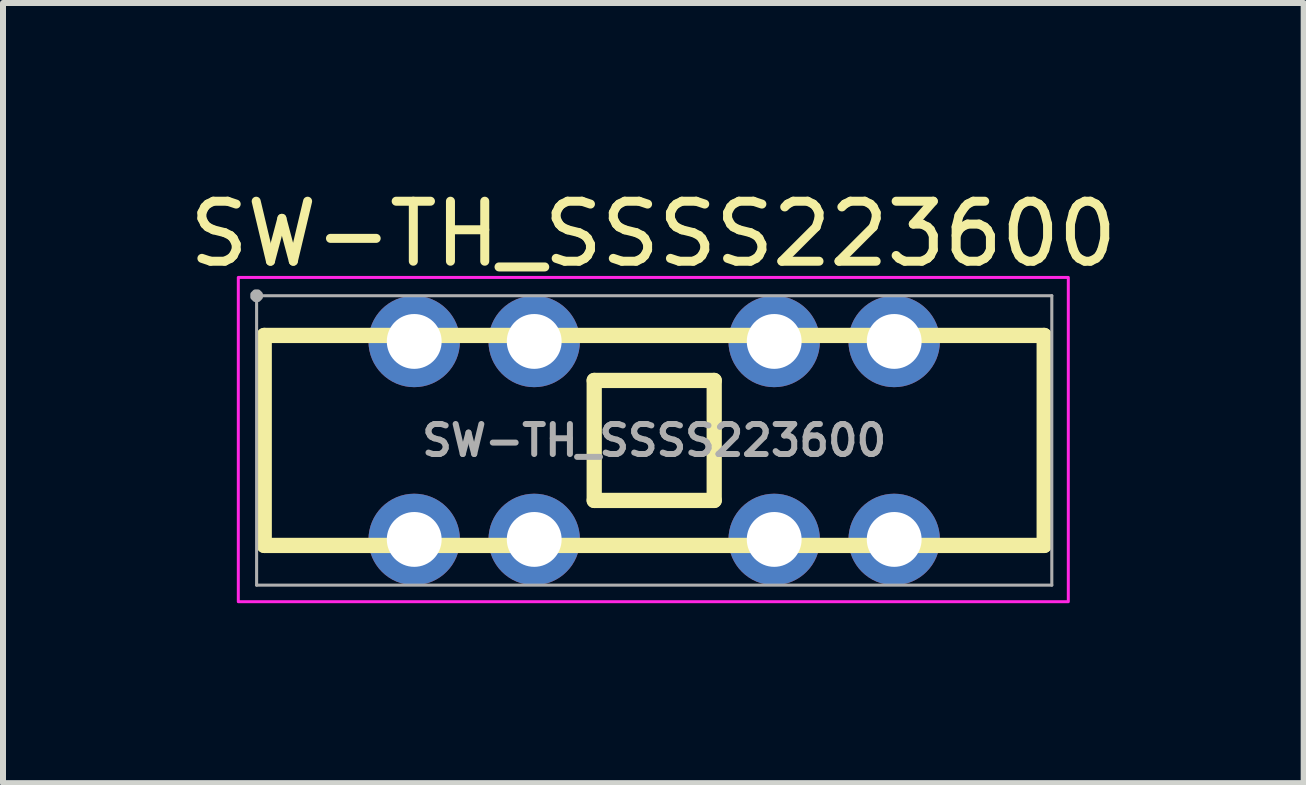
<source format=kicad_pcb>
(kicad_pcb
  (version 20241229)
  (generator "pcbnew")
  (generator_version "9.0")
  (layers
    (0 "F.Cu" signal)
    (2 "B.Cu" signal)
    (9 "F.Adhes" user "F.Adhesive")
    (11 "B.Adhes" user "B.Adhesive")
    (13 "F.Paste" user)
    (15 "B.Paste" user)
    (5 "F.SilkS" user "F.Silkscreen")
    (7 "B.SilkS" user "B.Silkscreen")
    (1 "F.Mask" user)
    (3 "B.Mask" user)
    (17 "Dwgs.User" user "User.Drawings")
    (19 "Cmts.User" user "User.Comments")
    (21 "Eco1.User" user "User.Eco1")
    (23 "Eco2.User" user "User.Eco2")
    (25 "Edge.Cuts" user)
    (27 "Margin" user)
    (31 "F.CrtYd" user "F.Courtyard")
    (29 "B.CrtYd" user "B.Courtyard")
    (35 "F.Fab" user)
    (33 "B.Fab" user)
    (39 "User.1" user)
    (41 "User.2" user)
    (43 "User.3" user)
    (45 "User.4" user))
  (footprint "SW-TH_SSSS223600"
    (layer "F.Cu")
    (at 7.854 4.291)
    (property "Reference" "SW-TH_SSSS223600" (at -0.015 -3.442 0) (layer "F.SilkS") (effects (font (size 1 1) (thickness 0.15))))
    (fp_line (start -6.5 -1.75) (end 6.5 -1.75) (stroke (width 0.254) (type default)) (layer "F.SilkS"))
    (fp_line (start -6.5 1.75) (end -6.5 -1.75) (stroke (width 0.254) (type default)) (layer "F.SilkS"))
    (fp_line (start -1 -1) (end 1 -1) (stroke (width 0.254) (type default)) (layer "F.SilkS"))
    (fp_line (start -1 1) (end -1 -1) (stroke (width 0.254) (type default)) (layer "F.SilkS"))
    (fp_line (start 1 -1) (end 1 1) (stroke (width 0.254) (type default)) (layer "F.SilkS"))
    (fp_line (start 1 1) (end -1 1) (stroke (width 0.254) (type default)) (layer "F.SilkS"))
    (fp_line (start 6.5 -1.75) (end 6.5 1.75) (stroke (width 0.254) (type default)) (layer "F.SilkS"))
    (fp_line (start 6.5 1.75) (end -6.5 1.75) (stroke (width 0.254) (type default)) (layer "F.SilkS"))
    (fp_rect (start -6.932 -2.717) (end 6.902 2.688) (stroke (width 0.05) (type default)) (fill no) (layer "F.CrtYd"))
    (fp_line (start -6.627 -2.412) (end 6.627 -2.412) (stroke (width 0.051) (type default)) (layer "F.Fab"))
    (fp_line (start -6.627 2.412) (end -6.627 -2.412) (stroke (width 0.051) (type default)) (layer "F.Fab"))
    (fp_line (start 6.627 -2.412) (end 6.627 2.412) (stroke (width 0.051) (type default)) (layer "F.Fab"))
    (fp_line (start 6.627 2.412) (end -6.627 2.412) (stroke (width 0.051) (type default)) (layer "F.Fab"))
    (fp_poly (pts (xy -6.572 -2.435) (xy -6.604 -2.467) (xy -6.65 -2.467) (xy -6.682 -2.435) (xy -6.682 -2.389) (xy -6.65 -2.357) (xy -6.604 -2.357) (xy -6.572 -2.389)) (stroke (width 0.1) (type default)) (fill no) (layer "F.Fab"))
    (fp_poly (pts (xy -3.646 -1.697) (xy -3.67 -1.787) (xy -3.717 -1.867) (xy -3.783 -1.933) (xy -3.863 -1.98) (xy -3.953 -2.004) (xy -4.047 -2.004) (xy -4.137 -1.98) (xy -4.217 -1.933) (xy -4.283 -1.867) (xy -4.33 -1.787) (xy -4.354 -1.697) (xy -4.354 -1.603) (xy -4.33 -1.513) (xy -4.283 -1.433) (xy -4.217 -1.367) (xy -4.137 -1.32) (xy -4.047 -1.296) (xy -3.953 -1.296) (xy -3.863 -1.32) (xy -3.783 -1.367) (xy -3.717 -1.433) (xy -3.67 -1.513) (xy -3.646 -1.603)) (stroke (width 0.1) (type default)) (fill no) (layer "User.1"))
    (fp_poly (pts (xy -3.646 1.603) (xy -3.67 1.513) (xy -3.717 1.433) (xy -3.783 1.367) (xy -3.863 1.32) (xy -3.953 1.296) (xy -4.047 1.296) (xy -4.137 1.32) (xy -4.217 1.367) (xy -4.283 1.433) (xy -4.33 1.513) (xy -4.354 1.603) (xy -4.354 1.697) (xy -4.33 1.787) (xy -4.283 1.867) (xy -4.217 1.933) (xy -4.137 1.98) (xy -4.047 2.004) (xy -3.953 2.004) (xy -3.863 1.98) (xy -3.783 1.933) (xy -3.717 1.867) (xy -3.67 1.787) (xy -3.646 1.697)) (stroke (width 0.1) (type default)) (fill no) (layer "User.1"))
    (fp_poly (pts (xy -1.646 -1.697) (xy -1.67 -1.787) (xy -1.717 -1.867) (xy -1.783 -1.933) (xy -1.863 -1.98) (xy -1.953 -2.004) (xy -2.047 -2.004) (xy -2.137 -1.98) (xy -2.217 -1.933) (xy -2.283 -1.867) (xy -2.33 -1.787) (xy -2.354 -1.697) (xy -2.354 -1.603) (xy -2.33 -1.513) (xy -2.283 -1.433) (xy -2.217 -1.367) (xy -2.137 -1.32) (xy -2.047 -1.296) (xy -1.953 -1.296) (xy -1.863 -1.32) (xy -1.783 -1.367) (xy -1.717 -1.433) (xy -1.67 -1.513) (xy -1.646 -1.603)) (stroke (width 0.1) (type default)) (fill no) (layer "User.1"))
    (fp_poly (pts (xy -1.646 1.603) (xy -1.67 1.513) (xy -1.717 1.433) (xy -1.783 1.367) (xy -1.863 1.32) (xy -1.953 1.296) (xy -2.047 1.296) (xy -2.137 1.32) (xy -2.217 1.367) (xy -2.283 1.433) (xy -2.33 1.513) (xy -2.354 1.603) (xy -2.354 1.697) (xy -2.33 1.787) (xy -2.283 1.867) (xy -2.217 1.933) (xy -2.137 1.98) (xy -2.047 2.004) (xy -1.953 2.004) (xy -1.863 1.98) (xy -1.783 1.933) (xy -1.717 1.867) (xy -1.67 1.787) (xy -1.646 1.697)) (stroke (width 0.1) (type default)) (fill no) (layer "User.1"))
    (fp_poly (pts (xy 2.354 -1.697) (xy 2.33 -1.787) (xy 2.283 -1.867) (xy 2.217 -1.933) (xy 2.137 -1.98) (xy 2.047 -2.004) (xy 1.953 -2.004) (xy 1.863 -1.98) (xy 1.783 -1.933) (xy 1.717 -1.867) (xy 1.67 -1.787) (xy 1.646 -1.697) (xy 1.646 -1.603) (xy 1.67 -1.513) (xy 1.717 -1.433) (xy 1.783 -1.367) (xy 1.863 -1.32) (xy 1.953 -1.296) (xy 2.047 -1.296) (xy 2.137 -1.32) (xy 2.217 -1.367) (xy 2.283 -1.433) (xy 2.33 -1.513) (xy 2.354 -1.603)) (stroke (width 0.1) (type default)) (fill no) (layer "User.1"))
    (fp_poly (pts (xy 2.354 1.603) (xy 2.33 1.513) (xy 2.283 1.433) (xy 2.217 1.367) (xy 2.137 1.32) (xy 2.047 1.296) (xy 1.953 1.296) (xy 1.863 1.32) (xy 1.783 1.367) (xy 1.717 1.433) (xy 1.67 1.513) (xy 1.646 1.603) (xy 1.646 1.697) (xy 1.67 1.787) (xy 1.717 1.867) (xy 1.783 1.933) (xy 1.863 1.98) (xy 1.953 2.004) (xy 2.047 2.004) (xy 2.137 1.98) (xy 2.217 1.933) (xy 2.283 1.867) (xy 2.33 1.787) (xy 2.354 1.697)) (stroke (width 0.1) (type default)) (fill no) (layer "User.1"))
    (fp_poly (pts (xy 4.354 -1.697) (xy 4.33 -1.787) (xy 4.283 -1.867) (xy 4.217 -1.933) (xy 4.137 -1.98) (xy 4.047 -2.004) (xy 3.953 -2.004) (xy 3.863 -1.98) (xy 3.783 -1.933) (xy 3.717 -1.867) (xy 3.67 -1.787) (xy 3.646 -1.697) (xy 3.646 -1.603) (xy 3.67 -1.513) (xy 3.717 -1.433) (xy 3.783 -1.367) (xy 3.863 -1.32) (xy 3.953 -1.296) (xy 4.047 -1.296) (xy 4.137 -1.32) (xy 4.217 -1.367) (xy 4.283 -1.433) (xy 4.33 -1.513) (xy 4.354 -1.603)) (stroke (width 0.1) (type default)) (fill no) (layer "User.1"))
    (fp_poly (pts (xy 4.354 1.603) (xy 4.33 1.513) (xy 4.283 1.433) (xy 4.217 1.367) (xy 4.137 1.32) (xy 4.047 1.296) (xy 3.953 1.296) (xy 3.863 1.32) (xy 3.783 1.367) (xy 3.717 1.433) (xy 3.67 1.513) (xy 3.646 1.603) (xy 3.646 1.697) (xy 3.67 1.787) (xy 3.717 1.867) (xy 3.783 1.933) (xy 3.863 1.98) (xy 3.953 2.004) (xy 4.047 2.004) (xy 4.137 1.98) (xy 4.217 1.933) (xy 4.283 1.867) (xy 4.33 1.787) (xy 4.354 1.697)) (stroke (width 0.1) (type default)) (fill no) (layer "User.1"))
    (fp_text user "${REFERENCE}" (at 0 0 0) (layer "F.Fab") (effects (font (size 0.5 0.5) (thickness 0.1))))
    (pad "1" thru_hole circle (at -4 -1.65) (size 1.524 1.524) (drill 0.914) (layers "*.Cu" "*.Mask"))
    (pad "2" thru_hole circle (at -2 -1.65) (size 1.524 1.524) (drill 0.914) (layers "*.Cu" "*.Mask"))
    (pad "3" thru_hole circle (at 2 -1.65) (size 1.524 1.524) (drill 0.914) (layers "*.Cu" "*.Mask"))
    (pad "4" thru_hole circle (at 4 -1.65) (size 1.524 1.524) (drill 0.914) (layers "*.Cu" "*.Mask"))
    (pad "5" thru_hole circle (at -4 1.65) (size 1.524 1.524) (drill 0.914) (layers "*.Cu" "*.Mask"))
    (pad "6" thru_hole circle (at -2 1.65) (size 1.524 1.524) (drill 0.914) (layers "*.Cu" "*.Mask"))
    (pad "7" thru_hole circle (at 2 1.65) (size 1.524 1.524) (drill 0.914) (layers "*.Cu" "*.Mask"))
    (pad "8" thru_hole circle (at 4 1.65) (size 1.524 1.524) (drill 0.914) (layers "*.Cu" "*.Mask")))
  (gr_rect
    (start -3 -3)
    (end 18.679 10.003)
    (stroke (width 0.1) (type default))
    (fill no)
    (layer "Edge.Cuts")))
</source>
